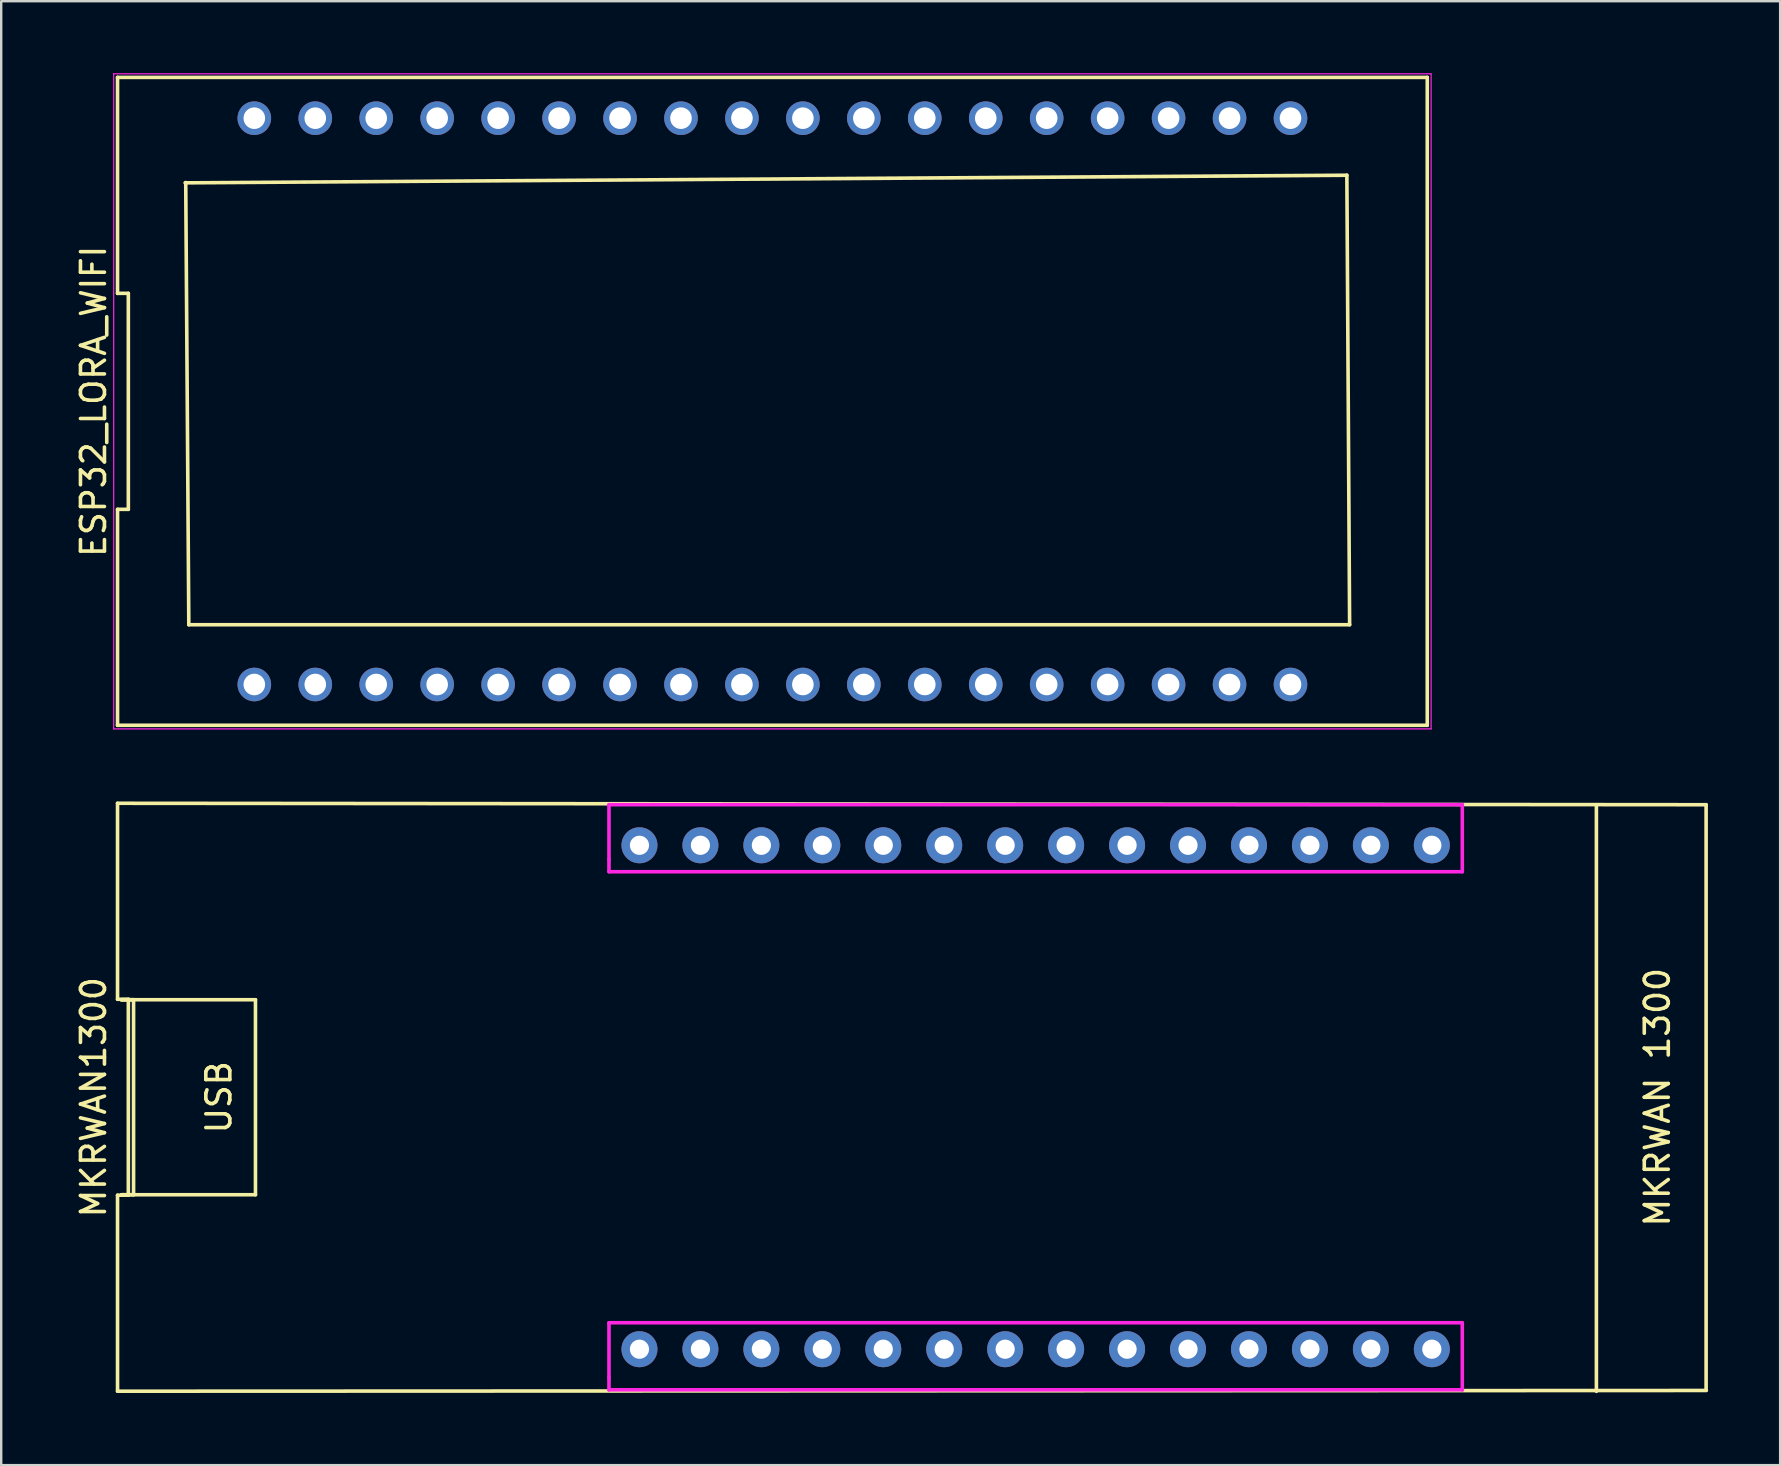
<source format=kicad_pcb>
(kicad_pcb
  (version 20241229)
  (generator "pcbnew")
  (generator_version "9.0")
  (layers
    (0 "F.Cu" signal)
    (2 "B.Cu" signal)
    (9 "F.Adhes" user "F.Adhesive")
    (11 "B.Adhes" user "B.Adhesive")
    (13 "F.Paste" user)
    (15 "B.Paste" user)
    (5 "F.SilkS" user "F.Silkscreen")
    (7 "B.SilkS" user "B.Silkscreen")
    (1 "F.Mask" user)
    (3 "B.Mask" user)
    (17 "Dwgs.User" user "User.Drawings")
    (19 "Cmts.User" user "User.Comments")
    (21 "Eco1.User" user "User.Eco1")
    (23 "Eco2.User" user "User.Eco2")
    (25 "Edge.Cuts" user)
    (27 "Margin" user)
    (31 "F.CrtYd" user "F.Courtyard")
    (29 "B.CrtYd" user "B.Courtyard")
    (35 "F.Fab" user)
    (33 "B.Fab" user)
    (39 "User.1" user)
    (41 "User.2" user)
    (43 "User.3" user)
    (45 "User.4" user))
  (footprint "ESP32_LORA_WIFI"
    (layer "F.Cu")
    (at 29.138 13.675)
    (property "Reference" "ESP32_LORA_WIFI" (at -28.29 0 90) (layer "F.SilkS") (effects (font (size 1 1) (thickness 0.15))))
    (attr through_hole)
    (fp_line (start -27.29 -13.5) (end -27.29 -4.5) (stroke (width 0.15) (type solid)) (layer "F.SilkS"))
    (fp_line (start -27.29 -4.5) (end -26.84 -4.5) (stroke (width 0.15) (type solid)) (layer "F.SilkS"))
    (fp_line (start -27.29 4.5) (end -27.29 13.5) (stroke (width 0.15) (type solid)) (layer "F.SilkS"))
    (fp_line (start -27.29 13.5) (end 27.29 13.5) (stroke (width 0.15) (type solid)) (layer "F.SilkS"))
    (fp_line (start -26.84 -4.5) (end -26.84 4.5) (stroke (width 0.15) (type solid)) (layer "F.SilkS"))
    (fp_line (start -26.84 4.5) (end -27.29 4.5) (stroke (width 0.15) (type solid)) (layer "F.SilkS"))
    (fp_line (start -24.448 -9.119) (end -24.32 9.309) (stroke (width 0.15) (type solid)) (layer "F.SilkS"))
    (fp_line (start -24.32 9.309) (end 24.054 9.309) (stroke (width 0.15) (type solid)) (layer "F.SilkS"))
    (fp_line (start 23.939 -9.423) (end -24.473 -9.106) (stroke (width 0.15) (type solid)) (layer "F.SilkS"))
    (fp_line (start 24.054 9.309) (end 23.939 -9.423) (stroke (width 0.15) (type solid)) (layer "F.SilkS"))
    (fp_line (start 27.29 -13.5) (end -27.29 -13.5) (stroke (width 0.15) (type solid)) (layer "F.SilkS"))
    (fp_line (start 27.29 13.5) (end 27.29 -13.5) (stroke (width 0.15) (type solid)) (layer "F.SilkS"))
    (fp_line (start -27.45 -13.65) (end 27.45 -13.65) (stroke (width 0.05) (type solid)) (layer "F.CrtYd"))
    (fp_line (start -27.45 13.65) (end -27.45 -13.65) (stroke (width 0.05) (type solid)) (layer "F.CrtYd"))
    (fp_line (start 27.45 -13.65) (end 27.45 13.65) (stroke (width 0.05) (type solid)) (layer "F.CrtYd"))
    (fp_line (start 27.45 13.65) (end -27.45 13.65) (stroke (width 0.05) (type solid)) (layer "F.CrtYd"))
    (pad "1" thru_hole circle (at -21.59 11.8) (size 1.4 1.4) (drill 0.9) (layers "*.Cu" "*.Mask"))
    (pad "2" thru_hole circle (at -19.05 11.8) (size 1.4 1.4) (drill 0.9) (layers "*.Cu" "*.Mask"))
    (pad "3" thru_hole circle (at -16.51 11.8) (size 1.4 1.4) (drill 0.9) (layers "*.Cu" "*.Mask"))
    (pad "4" thru_hole circle (at -13.97 11.8) (size 1.4 1.4) (drill 0.9) (layers "*.Cu" "*.Mask"))
    (pad "5" thru_hole circle (at -11.43 11.8) (size 1.4 1.4) (drill 0.9) (layers "*.Cu" "*.Mask"))
    (pad "6" thru_hole circle (at -8.89 11.8) (size 1.4 1.4) (drill 0.9) (layers "*.Cu" "*.Mask"))
    (pad "7" thru_hole circle (at -6.35 11.8) (size 1.4 1.4) (drill 0.9) (layers "*.Cu" "*.Mask"))
    (pad "8" thru_hole circle (at -3.81 11.8) (size 1.4 1.4) (drill 0.9) (layers "*.Cu" "*.Mask"))
    (pad "9" thru_hole circle (at -1.27 11.8) (size 1.4 1.4) (drill 0.9) (layers "*.Cu" "*.Mask"))
    (pad "10" thru_hole circle (at 1.27 11.8) (size 1.4 1.4) (drill 0.9) (layers "*.Cu" "*.Mask"))
    (pad "11" thru_hole circle (at 3.81 11.8) (size 1.4 1.4) (drill 0.9) (layers "*.Cu" "*.Mask"))
    (pad "12" thru_hole circle (at 6.35 11.8) (size 1.4 1.4) (drill 0.9) (layers "*.Cu" "*.Mask"))
    (pad "13" thru_hole circle (at 8.89 11.8) (size 1.4 1.4) (drill 0.9) (layers "*.Cu" "*.Mask"))
    (pad "14" thru_hole circle (at 11.43 11.8) (size 1.4 1.4) (drill 0.9) (layers "*.Cu" "*.Mask"))
    (pad "15" thru_hole circle (at 13.97 11.8) (size 1.4 1.4) (drill 0.9) (layers "*.Cu" "*.Mask"))
    (pad "16" thru_hole circle (at 16.51 11.8) (size 1.4 1.4) (drill 0.9) (layers "*.Cu" "*.Mask"))
    (pad "17" thru_hole circle (at 19.05 11.8) (size 1.4 1.4) (drill 0.9) (layers "*.Cu" "*.Mask"))
    (pad "18" thru_hole circle (at 21.59 11.8) (size 1.4 1.4) (drill 0.9) (layers "*.Cu" "*.Mask"))
    (pad "19" thru_hole circle (at -21.59 -11.8) (size 1.4 1.4) (drill 0.9) (layers "*.Cu" "*.Mask"))
    (pad "20" thru_hole circle (at -19.05 -11.8) (size 1.4 1.4) (drill 0.9) (layers "*.Cu" "*.Mask"))
    (pad "21" thru_hole circle (at -16.51 -11.8) (size 1.4 1.4) (drill 0.9) (layers "*.Cu" "*.Mask"))
    (pad "22" thru_hole circle (at -13.97 -11.8) (size 1.4 1.4) (drill 0.9) (layers "*.Cu" "*.Mask"))
    (pad "23" thru_hole circle (at -11.43 -11.8) (size 1.4 1.4) (drill 0.9) (layers "*.Cu" "*.Mask"))
    (pad "24" thru_hole circle (at -8.89 -11.8) (size 1.4 1.4) (drill 0.9) (layers "*.Cu" "*.Mask"))
    (pad "25" thru_hole circle (at -6.35 -11.8) (size 1.4 1.4) (drill 0.9) (layers "*.Cu" "*.Mask"))
    (pad "26" thru_hole circle (at -3.81 -11.8) (size 1.4 1.4) (drill 0.9) (layers "*.Cu" "*.Mask"))
    (pad "27" thru_hole circle (at -1.27 -11.8) (size 1.4 1.4) (drill 0.9) (layers "*.Cu" "*.Mask"))
    (pad "28" thru_hole circle (at 1.27 -11.8) (size 1.4 1.4) (drill 0.9) (layers "*.Cu" "*.Mask"))
    (pad "29" thru_hole circle (at 3.81 -11.8) (size 1.4 1.4) (drill 0.9) (layers "*.Cu" "*.Mask"))
    (pad "30" thru_hole circle (at 6.35 -11.8) (size 1.4 1.4) (drill 0.9) (layers "*.Cu" "*.Mask"))
    (pad "31" thru_hole circle (at 8.89 -11.8) (size 1.4 1.4) (drill 0.9) (layers "*.Cu" "*.Mask"))
    (pad "32" thru_hole circle (at 11.43 -11.8) (size 1.4 1.4) (drill 0.9) (layers "*.Cu" "*.Mask"))
    (pad "33" thru_hole circle (at 13.97 -11.8) (size 1.4 1.4) (drill 0.9) (layers "*.Cu" "*.Mask"))
    (pad "34" thru_hole circle (at 16.51 -11.8) (size 1.4 1.4) (drill 0.9) (layers "*.Cu" "*.Mask"))
    (pad "35" thru_hole circle (at 19.05 -11.8) (size 1.4 1.4) (drill 0.9) (layers "*.Cu" "*.Mask"))
    (pad "36" thru_hole circle (at 21.59 -11.8) (size 1.4 1.4) (drill 0.9) (layers "*.Cu" "*.Mask")))
  (footprint "MKRWAN1300"
    (layer "F.Cu")
    (at 40.108 42.675)
    (property "Reference" "MKRWAN1300" (at -39.26 0 90) (layer "F.SilkS") (effects (font (size 1 1) (thickness 0.15))))
    (attr through_hole)
    (fp_line (start -38.26 -12.25) (end -38.26 -4.083) (stroke (width 0.15) (type solid)) (layer "F.SilkS"))
    (fp_line (start -38.26 -4.083) (end -37.81 -4.083) (stroke (width 0.15) (type solid)) (layer "F.SilkS"))
    (fp_line (start -38.26 4.083) (end -38.26 12.25) (stroke (width 0.15) (type solid)) (layer "F.SilkS"))
    (fp_line (start -38.26 12.25) (end 27.95 12.22) (stroke (width 0.15) (type solid)) (layer "F.SilkS"))
    (fp_line (start -38.1 -4.064) (end -37.592 -4.064) (stroke (width 0.15) (type solid)) (layer "F.SilkS"))
    (fp_line (start -38.1 -4.064) (end -32.512 -4.064) (stroke (width 0.15) (type solid)) (layer "F.SilkS"))
    (fp_line (start -38.1 4.064) (end -37.592 4.064) (stroke (width 0.15) (type solid)) (layer "F.SilkS"))
    (fp_line (start -37.81 -4.083) (end -37.81 4.083) (stroke (width 0.15) (type solid)) (layer "F.SilkS"))
    (fp_line (start -37.81 4.083) (end -38.26 4.083) (stroke (width 0.15) (type solid)) (layer "F.SilkS"))
    (fp_line (start -37.592 -4.064) (end -38.1 -4.064) (stroke (width 0.15) (type solid)) (layer "F.SilkS"))
    (fp_line (start -37.592 4.064) (end -37.592 -4.064) (stroke (width 0.15) (type solid)) (layer "F.SilkS"))
    (fp_line (start -32.512 -4.064) (end -32.512 4.064) (stroke (width 0.15) (type solid)) (layer "F.SilkS"))
    (fp_line (start -32.512 4.064) (end -38.1 4.064) (stroke (width 0.15) (type solid)) (layer "F.SilkS"))
    (fp_line (start 23.368 12.255) (end 23.368 -12.192) (stroke (width 0.15) (type solid)) (layer "F.SilkS"))
    (fp_line (start 27.94 -12.19) (end -38.26 -12.25) (stroke (width 0.15) (type solid)) (layer "F.SilkS"))
    (fp_line (start 27.94 12.192) (end 27.94 -12.192) (stroke (width 0.15) (type solid)) (layer "F.SilkS"))
    (fp_line (start -17.78 -12.192) (end 17.78 -12.192) (stroke (width 0.15) (type solid)) (layer "F.CrtYd"))
    (fp_line (start -17.78 -9.906) (end -17.78 -12.192) (stroke (width 0.15) (type solid)) (layer "F.CrtYd"))
    (fp_line (start -17.78 -9.398) (end -17.78 -9.906) (stroke (width 0.15) (type solid)) (layer "F.CrtYd"))
    (fp_line (start -17.78 9.398) (end 17.78 9.398) (stroke (width 0.15) (type solid)) (layer "F.CrtYd"))
    (fp_line (start -17.78 11.684) (end -17.78 9.398) (stroke (width 0.15) (type solid)) (layer "F.CrtYd"))
    (fp_line (start -17.78 12.192) (end -17.78 11.684) (stroke (width 0.15) (type solid)) (layer "F.CrtYd"))
    (fp_line (start 17.78 -12.192) (end 17.78 -9.398) (stroke (width 0.15) (type solid)) (layer "F.CrtYd"))
    (fp_line (start 17.78 -9.398) (end -17.78 -9.398) (stroke (width 0.15) (type solid)) (layer "F.CrtYd"))
    (fp_line (start 17.78 9.398) (end 17.78 12.192) (stroke (width 0.15) (type solid)) (layer "F.CrtYd"))
    (fp_line (start 17.78 12.192) (end -17.78 12.192) (stroke (width 0.15) (type solid)) (layer "F.CrtYd"))
    (fp_text user "USB" (at -34.036 0 90) (layer "F.SilkS") (effects (font (size 1 1) (thickness 0.15))))
    (fp_text user "MKRWAN 1300" (at 25.908 0 90) (layer "F.SilkS") (effects (font (size 1 1) (thickness 0.15))))
    (pad "1" thru_hole circle (at -16.51 10.5) (size 1.5 1.5) (drill 0.8) (layers "*.Cu" "*.Mask"))
    (pad "2" thru_hole circle (at -13.97 10.5) (size 1.5 1.5) (drill 0.8) (layers "*.Cu" "*.Mask"))
    (pad "3" thru_hole circle (at -11.43 10.5) (size 1.5 1.5) (drill 0.8) (layers "*.Cu" "*.Mask"))
    (pad "4" thru_hole circle (at -8.89 10.5) (size 1.5 1.5) (drill 0.8) (layers "*.Cu" "*.Mask"))
    (pad "5" thru_hole circle (at -6.35 10.5) (size 1.5 1.5) (drill 0.8) (layers "*.Cu" "*.Mask"))
    (pad "6" thru_hole circle (at -3.81 10.5) (size 1.5 1.5) (drill 0.8) (layers "*.Cu" "*.Mask"))
    (pad "7" thru_hole circle (at -1.27 10.5) (size 1.5 1.5) (drill 0.8) (layers "*.Cu" "*.Mask"))
    (pad "8" thru_hole circle (at 1.27 10.5) (size 1.5 1.5) (drill 0.8) (layers "*.Cu" "*.Mask"))
    (pad "9" thru_hole circle (at 3.81 10.5) (size 1.5 1.5) (drill 0.8) (layers "*.Cu" "*.Mask"))
    (pad "10" thru_hole circle (at 6.35 10.5) (size 1.5 1.5) (drill 0.8) (layers "*.Cu" "*.Mask"))
    (pad "11" thru_hole circle (at 8.89 10.5) (size 1.5 1.5) (drill 0.8) (layers "*.Cu" "*.Mask"))
    (pad "12" thru_hole circle (at 11.43 10.5) (size 1.5 1.5) (drill 0.8) (layers "*.Cu" "*.Mask"))
    (pad "13" thru_hole circle (at 13.97 10.5) (size 1.5 1.5) (drill 0.8) (layers "*.Cu" "*.Mask"))
    (pad "14" thru_hole circle (at 16.51 10.5) (size 1.5 1.5) (drill 0.8) (layers "*.Cu" "*.Mask"))
    (pad "15" thru_hole circle (at -16.51 -10.5) (size 1.5 1.5) (drill 0.8) (layers "*.Cu" "*.Mask"))
    (pad "16" thru_hole circle (at -13.97 -10.5) (size 1.5 1.5) (drill 0.8) (layers "*.Cu" "*.Mask"))
    (pad "17" thru_hole circle (at -11.43 -10.5) (size 1.5 1.5) (drill 0.8) (layers "*.Cu" "*.Mask"))
    (pad "18" thru_hole circle (at -8.89 -10.5) (size 1.5 1.5) (drill 0.8) (layers "*.Cu" "*.Mask"))
    (pad "19" thru_hole circle (at -6.35 -10.5) (size 1.5 1.5) (drill 0.8) (layers "*.Cu" "*.Mask"))
    (pad "20" thru_hole circle (at -3.81 -10.5) (size 1.5 1.5) (drill 0.8) (layers "*.Cu" "*.Mask"))
    (pad "21" thru_hole circle (at -1.27 -10.5) (size 1.5 1.5) (drill 0.8) (layers "*.Cu" "*.Mask"))
    (pad "22" thru_hole circle (at 1.27 -10.5) (size 1.5 1.5) (drill 0.8) (layers "*.Cu" "*.Mask"))
    (pad "23" thru_hole circle (at 3.81 -10.5) (size 1.5 1.5) (drill 0.8) (layers "*.Cu" "*.Mask"))
    (pad "24" thru_hole circle (at 6.35 -10.5) (size 1.5 1.5) (drill 0.8) (layers "*.Cu" "*.Mask"))
    (pad "25" thru_hole circle (at 8.89 -10.5) (size 1.5 1.5) (drill 0.8) (layers "*.Cu" "*.Mask"))
    (pad "26" thru_hole circle (at 11.43 -10.5) (size 1.5 1.5) (drill 0.8) (layers "*.Cu" "*.Mask"))
    (pad "27" thru_hole circle (at 13.97 -10.5) (size 1.5 1.5) (drill 0.8) (layers "*.Cu" "*.Mask"))
    (pad "28" thru_hole circle (at 16.51 -10.5) (size 1.5 1.5) (drill 0.8) (layers "*.Cu" "*.Mask")))
  (gr_rect
    (start -3 -3)
    (end 71.133 58.005)
    (stroke (width 0.1) (type default))
    (fill no)
    (layer "Edge.Cuts")))
</source>
